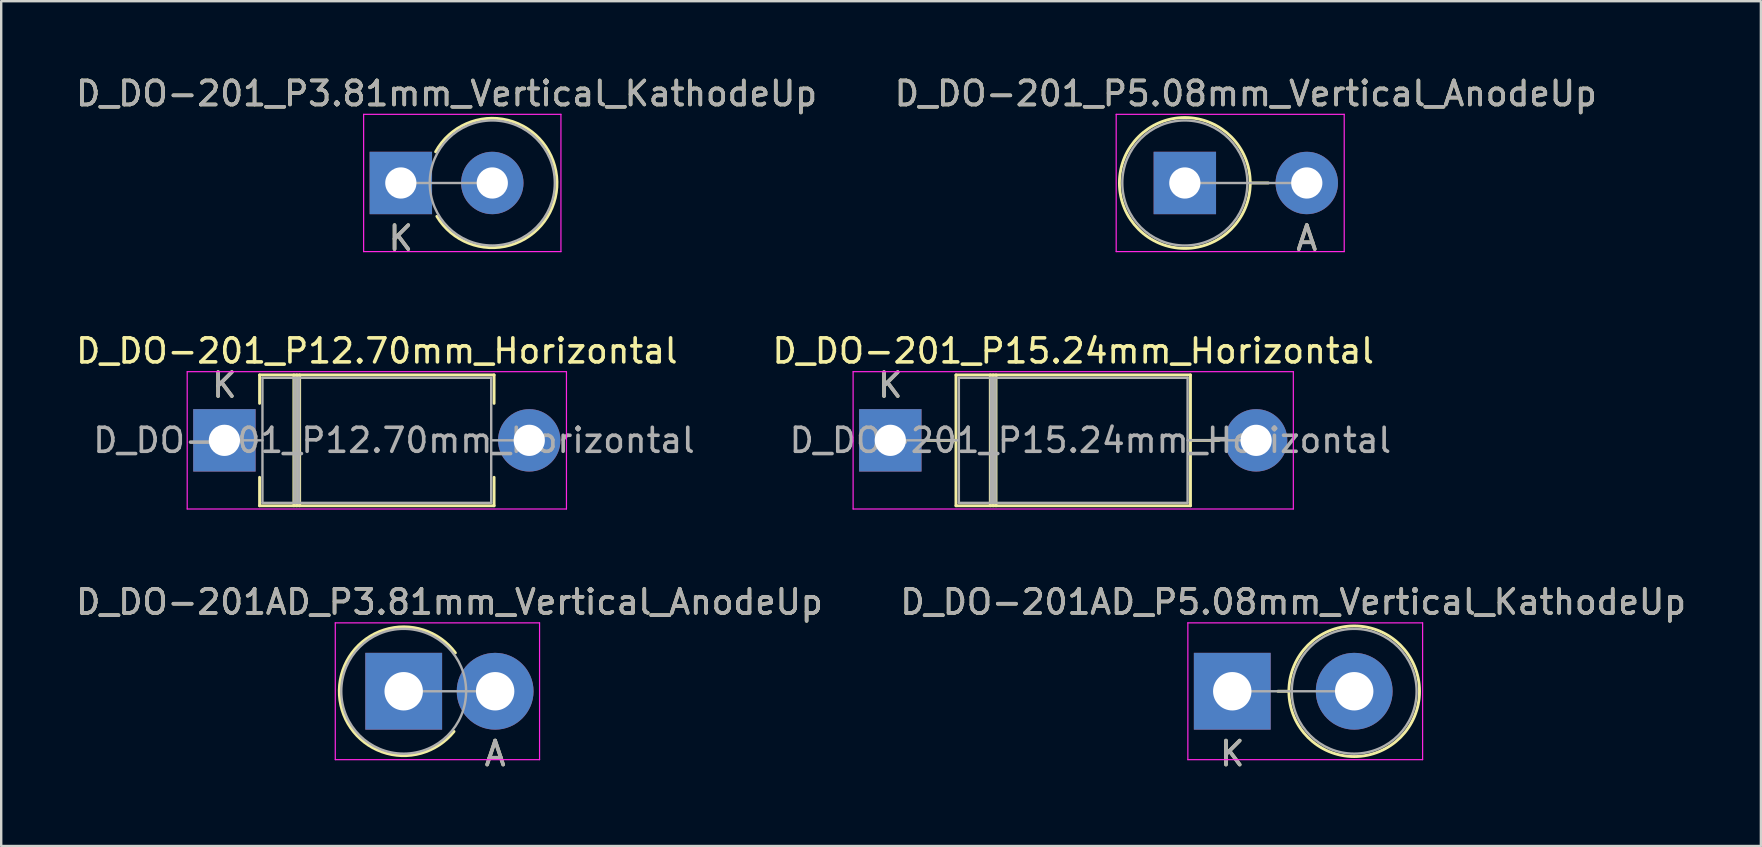
<source format=kicad_pcb>
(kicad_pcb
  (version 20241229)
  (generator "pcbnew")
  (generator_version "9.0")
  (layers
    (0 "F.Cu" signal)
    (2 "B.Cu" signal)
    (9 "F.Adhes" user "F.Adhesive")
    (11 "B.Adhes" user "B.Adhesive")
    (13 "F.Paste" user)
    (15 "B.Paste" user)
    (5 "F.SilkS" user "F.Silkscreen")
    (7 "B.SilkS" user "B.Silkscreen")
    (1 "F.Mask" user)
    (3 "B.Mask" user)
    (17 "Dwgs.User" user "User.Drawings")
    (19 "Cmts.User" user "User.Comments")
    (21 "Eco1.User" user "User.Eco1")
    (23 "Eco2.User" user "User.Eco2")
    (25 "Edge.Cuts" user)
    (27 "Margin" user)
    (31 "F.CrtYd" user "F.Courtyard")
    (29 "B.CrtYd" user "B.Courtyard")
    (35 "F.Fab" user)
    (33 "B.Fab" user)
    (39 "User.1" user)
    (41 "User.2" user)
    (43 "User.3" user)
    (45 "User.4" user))
  (footprint "D_DO-201_P12.70mm_Horizontal"
    (layer "F.Cu")
    (at 6.299 15.295)
    (property "Reference" "D_DO-201_P12.70mm_Horizontal" (at 6.35 -3.725 0) (layer "F.SilkS") (effects (font (size 1 1) (thickness 0.15))))
    (attr through_hole)
    (fp_line (start 1.465 -2.725) (end 11.235 -2.725) (stroke (width 0.12) (type solid)) (layer "F.SilkS"))
    (fp_line (start 1.465 -1.54) (end 1.465 -2.725) (stroke (width 0.12) (type solid)) (layer "F.SilkS"))
    (fp_line (start 1.465 1.54) (end 1.465 2.725) (stroke (width 0.12) (type solid)) (layer "F.SilkS"))
    (fp_line (start 1.465 2.725) (end 11.235 2.725) (stroke (width 0.12) (type solid)) (layer "F.SilkS"))
    (fp_line (start 2.894 -2.725) (end 2.894 2.725) (stroke (width 0.12) (type solid)) (layer "F.SilkS"))
    (fp_line (start 3.014 -2.725) (end 3.014 2.725) (stroke (width 0.12) (type solid)) (layer "F.SilkS"))
    (fp_line (start 3.135 -2.725) (end 3.135 2.725) (stroke (width 0.12) (type solid)) (layer "F.SilkS"))
    (fp_line (start 11.235 -2.725) (end 11.235 -1.54) (stroke (width 0.12) (type solid)) (layer "F.SilkS"))
    (fp_line (start 11.235 2.725) (end 11.235 1.54) (stroke (width 0.12) (type solid)) (layer "F.SilkS"))
    (fp_line (start -1.55 -2.86) (end -1.55 2.86) (stroke (width 0.05) (type solid)) (layer "F.CrtYd"))
    (fp_line (start -1.55 2.86) (end 14.25 2.86) (stroke (width 0.05) (type solid)) (layer "F.CrtYd"))
    (fp_line (start 14.25 -2.86) (end -1.55 -2.86) (stroke (width 0.05) (type solid)) (layer "F.CrtYd"))
    (fp_line (start 14.25 2.86) (end 14.25 -2.86) (stroke (width 0.05) (type solid)) (layer "F.CrtYd"))
    (fp_line (start 0 0) (end 1.585 0) (stroke (width 0.1) (type solid)) (layer "F.Fab"))
    (fp_line (start 1.585 -2.605) (end 1.585 2.605) (stroke (width 0.1) (type solid)) (layer "F.Fab"))
    (fp_line (start 1.585 2.605) (end 11.115 2.605) (stroke (width 0.1) (type solid)) (layer "F.Fab"))
    (fp_line (start 2.914 -2.605) (end 2.914 2.605) (stroke (width 0.1) (type solid)) (layer "F.Fab"))
    (fp_line (start 3.014 -2.605) (end 3.014 2.605) (stroke (width 0.1) (type solid)) (layer "F.Fab"))
    (fp_line (start 3.115 -2.605) (end 3.115 2.605) (stroke (width 0.1) (type solid)) (layer "F.Fab"))
    (fp_line (start 11.115 -2.605) (end 1.585 -2.605) (stroke (width 0.1) (type solid)) (layer "F.Fab"))
    (fp_line (start 11.115 2.605) (end 11.115 -2.605) (stroke (width 0.1) (type solid)) (layer "F.Fab"))
    (fp_line (start 12.7 0) (end 11.115 0) (stroke (width 0.1) (type solid)) (layer "F.Fab"))
    (fp_text user "K" (at 0 -2.3 0) (layer "F.SilkS") (effects (font (size 1 1) (thickness 0.15))))
    (fp_text user "${REFERENCE}" (at 7.065 0 0) (layer "F.Fab") (effects (font (size 1 1) (thickness 0.15))))
    (fp_text user "K" (at 0 -2.3 0) (layer "F.Fab") (effects (font (size 1 1) (thickness 0.15))))
    (pad "1" thru_hole rect (at 0 0) (size 2.6 2.6) (drill 1.3) (layers "*.Cu" "*.Mask"))
    (pad "2" thru_hole oval (at 12.7 0) (size 2.6 2.6) (drill 1.3) (layers "*.Cu" "*.Mask")))
  (footprint "D_DO-201_P3.81mm_Vertical_KathodeUp"
    (layer "F.Cu")
    (at 13.649 4.573)
    (property "Reference" "D_DO-201_P3.81mm_Vertical_KathodeUp" (at 1.905 -3.725 0) (layer "F.SilkS") (effects (font (size 1 1) (thickness 0.15))))
    (attr through_hole)
    (fp_arc (start 1.448639 -1.3) (mid 6.505054 -0.052035) (end 1.50058 1.390181) (stroke (width 0.12) (type solid)) (layer "F.SilkS"))
    (fp_line (start -1.55 -2.86) (end -1.55 2.86) (stroke (width 0.05) (type solid)) (layer "F.CrtYd"))
    (fp_line (start -1.55 2.86) (end 6.67 2.86) (stroke (width 0.05) (type solid)) (layer "F.CrtYd"))
    (fp_line (start 6.67 -2.86) (end -1.55 -2.86) (stroke (width 0.05) (type solid)) (layer "F.CrtYd"))
    (fp_line (start 6.67 2.86) (end 6.67 -2.86) (stroke (width 0.05) (type solid)) (layer "F.CrtYd"))
    (fp_line (start 0 0) (end 3.81 0) (stroke (width 0.1) (type solid)) (layer "F.Fab"))
    (fp_circle (center 3.81 0) (end 6.415 0) (stroke (width 0.1) (type solid)) (fill no) (layer "F.Fab"))
    (fp_text user "K" (at 0 2.3 0) (layer "F.SilkS") (effects (font (size 1 1) (thickness 0.15))))
    (fp_text user "K" (at 0 2.3 0) (layer "F.Fab") (effects (font (size 1 1) (thickness 0.15))))
    (fp_text user "${REFERENCE}" (at 1.905 -3.725 0) (layer "F.Fab") (effects (font (size 1 1) (thickness 0.15))))
    (pad "1" thru_hole rect (at 0 0) (size 2.6 2.6) (drill 1.3) (layers "*.Cu" "*.Mask"))
    (pad "2" thru_hole oval (at 3.81 0) (size 2.6 2.6) (drill 1.3) (layers "*.Cu" "*.Mask")))
  (footprint "D_DO-201_P15.24mm_Horizontal"
    (layer "F.Cu")
    (at 34.041 15.295)
    (property "Reference" "D_DO-201_P15.24mm_Horizontal" (at 7.62 -3.725 0) (layer "F.SilkS") (effects (font (size 1 1) (thickness 0.15))))
    (attr through_hole)
    (fp_line (start 1.54 0) (end 2.735 0) (stroke (width 0.12) (type solid)) (layer "F.SilkS"))
    (fp_line (start 2.735 -2.725) (end 2.735 2.725) (stroke (width 0.12) (type solid)) (layer "F.SilkS"))
    (fp_line (start 2.735 2.725) (end 12.505 2.725) (stroke (width 0.12) (type solid)) (layer "F.SilkS"))
    (fp_line (start 4.165 -2.725) (end 4.165 2.725) (stroke (width 0.12) (type solid)) (layer "F.SilkS"))
    (fp_line (start 4.285 -2.725) (end 4.285 2.725) (stroke (width 0.12) (type solid)) (layer "F.SilkS"))
    (fp_line (start 4.404 -2.725) (end 4.404 2.725) (stroke (width 0.12) (type solid)) (layer "F.SilkS"))
    (fp_line (start 12.505 -2.725) (end 2.735 -2.725) (stroke (width 0.12) (type solid)) (layer "F.SilkS"))
    (fp_line (start 12.505 2.725) (end 12.505 -2.725) (stroke (width 0.12) (type solid)) (layer "F.SilkS"))
    (fp_line (start 13.7 0) (end 12.505 0) (stroke (width 0.12) (type solid)) (layer "F.SilkS"))
    (fp_line (start -1.55 -2.86) (end -1.55 2.86) (stroke (width 0.05) (type solid)) (layer "F.CrtYd"))
    (fp_line (start -1.55 2.86) (end 16.79 2.86) (stroke (width 0.05) (type solid)) (layer "F.CrtYd"))
    (fp_line (start 16.79 -2.86) (end -1.55 -2.86) (stroke (width 0.05) (type solid)) (layer "F.CrtYd"))
    (fp_line (start 16.79 2.86) (end 16.79 -2.86) (stroke (width 0.05) (type solid)) (layer "F.CrtYd"))
    (fp_line (start 0 0) (end 2.855 0) (stroke (width 0.1) (type solid)) (layer "F.Fab"))
    (fp_line (start 2.855 -2.605) (end 2.855 2.605) (stroke (width 0.1) (type solid)) (layer "F.Fab"))
    (fp_line (start 2.855 2.605) (end 12.385 2.605) (stroke (width 0.1) (type solid)) (layer "F.Fab"))
    (fp_line (start 4.184 -2.605) (end 4.184 2.605) (stroke (width 0.1) (type solid)) (layer "F.Fab"))
    (fp_line (start 4.285 -2.605) (end 4.285 2.605) (stroke (width 0.1) (type solid)) (layer "F.Fab"))
    (fp_line (start 4.385 -2.605) (end 4.385 2.605) (stroke (width 0.1) (type solid)) (layer "F.Fab"))
    (fp_line (start 12.385 -2.605) (end 2.855 -2.605) (stroke (width 0.1) (type solid)) (layer "F.Fab"))
    (fp_line (start 12.385 2.605) (end 12.385 -2.605) (stroke (width 0.1) (type solid)) (layer "F.Fab"))
    (fp_line (start 15.24 0) (end 12.385 0) (stroke (width 0.1) (type solid)) (layer "F.Fab"))
    (fp_text user "K" (at 0 -2.3 0) (layer "F.SilkS") (effects (font (size 1 1) (thickness 0.15))))
    (fp_text user "K" (at 0 -2.3 0) (layer "F.Fab") (effects (font (size 1 1) (thickness 0.15))))
    (fp_text user "${REFERENCE}" (at 8.335 0 0) (layer "F.Fab") (effects (font (size 1 1) (thickness 0.15))))
    (pad "1" thru_hole rect (at 0 0) (size 2.6 2.6) (drill 1.3) (layers "*.Cu" "*.Mask"))
    (pad "2" thru_hole oval (at 15.24 0) (size 2.6 2.6) (drill 1.3) (layers "*.Cu" "*.Mask")))
  (footprint "D_DO-201AD_P3.81mm_Vertical_AnodeUp"
    (layer "F.Cu")
    (at 13.768 25.748)
    (property "Reference" "D_DO-201AD_P3.81mm_Vertical_AnodeUp" (at 1.905 -3.72 0) (layer "F.SilkS") (effects (font (size 1 1) (thickness 0.15))))
    (attr through_hole)
    (fp_arc (start 2.096636 1.675386) (mid -2.683382 -0.047582) (end 2.154716 -1.6) (stroke (width 0.12) (type solid)) (layer "F.SilkS"))
    (fp_line (start -2.85 -2.85) (end -2.85 2.85) (stroke (width 0.05) (type solid)) (layer "F.CrtYd"))
    (fp_line (start -2.85 2.85) (end 5.66 2.85) (stroke (width 0.05) (type solid)) (layer "F.CrtYd"))
    (fp_line (start 5.66 -2.85) (end -2.85 -2.85) (stroke (width 0.05) (type solid)) (layer "F.CrtYd"))
    (fp_line (start 5.66 2.85) (end 5.66 -2.85) (stroke (width 0.05) (type solid)) (layer "F.CrtYd"))
    (fp_line (start 0 0) (end 3.81 0) (stroke (width 0.1) (type solid)) (layer "F.Fab"))
    (fp_circle (center 0 0) (end 2.6 0) (stroke (width 0.1) (type solid)) (fill no) (layer "F.Fab"))
    (fp_text user "A" (at 3.81 2.6 0) (layer "F.SilkS") (effects (font (size 1 1) (thickness 0.15))))
    (fp_text user "${REFERENCE}" (at 1.905 -3.72 0) (layer "F.Fab") (effects (font (size 1 1) (thickness 0.15))))
    (fp_text user "A" (at 3.81 2.6 0) (layer "F.Fab") (effects (font (size 1 1) (thickness 0.15))))
    (pad "1" thru_hole rect (at 0 0) (size 3.2 3.2) (drill 1.6) (layers "*.Cu" "*.Mask"))
    (pad "2" thru_hole oval (at 3.81 0) (size 3.2 3.2) (drill 1.6) (layers "*.Cu" "*.Mask")))
  (footprint "D_DO-201AD_P5.08mm_Vertical_KathodeUp"
    (layer "F.Cu")
    (at 48.287 25.748)
    (property "Reference" "D_DO-201AD_P5.08mm_Vertical_KathodeUp" (at 2.54 -3.72 0) (layer "F.SilkS") (effects (font (size 1 1) (thickness 0.15))))
    (attr through_hole)
    (fp_line (start 2.36 0) (end 1.9 0) (stroke (width 0.12) (type solid)) (layer "F.SilkS"))
    (fp_circle (center 5.08 0) (end 7.8 0) (stroke (width 0.12) (type solid)) (fill no) (layer "F.SilkS"))
    (fp_line (start -1.85 -2.85) (end -1.85 2.85) (stroke (width 0.05) (type solid)) (layer "F.CrtYd"))
    (fp_line (start -1.85 2.85) (end 7.93 2.85) (stroke (width 0.05) (type solid)) (layer "F.CrtYd"))
    (fp_line (start 7.93 -2.85) (end -1.85 -2.85) (stroke (width 0.05) (type solid)) (layer "F.CrtYd"))
    (fp_line (start 7.93 2.85) (end 7.93 -2.85) (stroke (width 0.05) (type solid)) (layer "F.CrtYd"))
    (fp_line (start 0 0) (end 5.08 0) (stroke (width 0.1) (type solid)) (layer "F.Fab"))
    (fp_circle (center 5.08 0) (end 7.68 0) (stroke (width 0.1) (type solid)) (fill no) (layer "F.Fab"))
    (fp_text user "K" (at 0 2.6 0) (layer "F.SilkS") (effects (font (size 1 1) (thickness 0.15))))
    (fp_text user "K" (at 0 2.6 0) (layer "F.Fab") (effects (font (size 1 1) (thickness 0.15))))
    (fp_text user "${REFERENCE}" (at 2.54 -3.72 0) (layer "F.Fab") (effects (font (size 1 1) (thickness 0.15))))
    (pad "1" thru_hole rect (at 0 0) (size 3.2 3.2) (drill 1.6) (layers "*.Cu" "*.Mask"))
    (pad "2" thru_hole oval (at 5.08 0) (size 3.2 3.2) (drill 1.6) (layers "*.Cu" "*.Mask")))
  (footprint "D_DO-201_P5.08mm_Vertical_AnodeUp"
    (layer "F.Cu")
    (at 46.311 4.573)
    (property "Reference" "D_DO-201_P5.08mm_Vertical_AnodeUp" (at 2.54 -3.725 0) (layer "F.SilkS") (effects (font (size 1 1) (thickness 0.15))))
    (attr through_hole)
    (fp_line (start 2.725 0) (end 3.48 0) (stroke (width 0.12) (type solid)) (layer "F.SilkS"))
    (fp_circle (center 0 0) (end 2.725 0) (stroke (width 0.12) (type solid)) (fill no) (layer "F.SilkS"))
    (fp_line (start -2.86 -2.86) (end -2.86 2.86) (stroke (width 0.05) (type solid)) (layer "F.CrtYd"))
    (fp_line (start -2.86 2.86) (end 6.64 2.86) (stroke (width 0.05) (type solid)) (layer "F.CrtYd"))
    (fp_line (start 6.64 -2.86) (end -2.86 -2.86) (stroke (width 0.05) (type solid)) (layer "F.CrtYd"))
    (fp_line (start 6.64 2.86) (end 6.64 -2.86) (stroke (width 0.05) (type solid)) (layer "F.CrtYd"))
    (fp_line (start 0 0) (end 5.08 0) (stroke (width 0.1) (type solid)) (layer "F.Fab"))
    (fp_circle (center 0 0) (end 2.605 0) (stroke (width 0.1) (type solid)) (fill no) (layer "F.Fab"))
    (fp_text user "A" (at 5.08 2.3 0) (layer "F.SilkS") (effects (font (size 1 1) (thickness 0.15))))
    (fp_text user "${REFERENCE}" (at 2.54 -3.725 0) (layer "F.Fab") (effects (font (size 1 1) (thickness 0.15))))
    (fp_text user "A" (at 5.08 2.3 0) (layer "F.Fab") (effects (font (size 1 1) (thickness 0.15))))
    (pad "1" thru_hole rect (at 0 0) (size 2.6 2.6) (drill 1.3) (layers "*.Cu" "*.Mask"))
    (pad "2" thru_hole oval (at 5.08 0) (size 2.6 2.6) (drill 1.3) (layers "*.Cu" "*.Mask")))
  (gr_rect
    (start -3 -3)
    (end 70.31 32.196)
    (stroke (width 0.1) (type default))
    (fill no)
    (layer "Edge.Cuts")))
</source>
